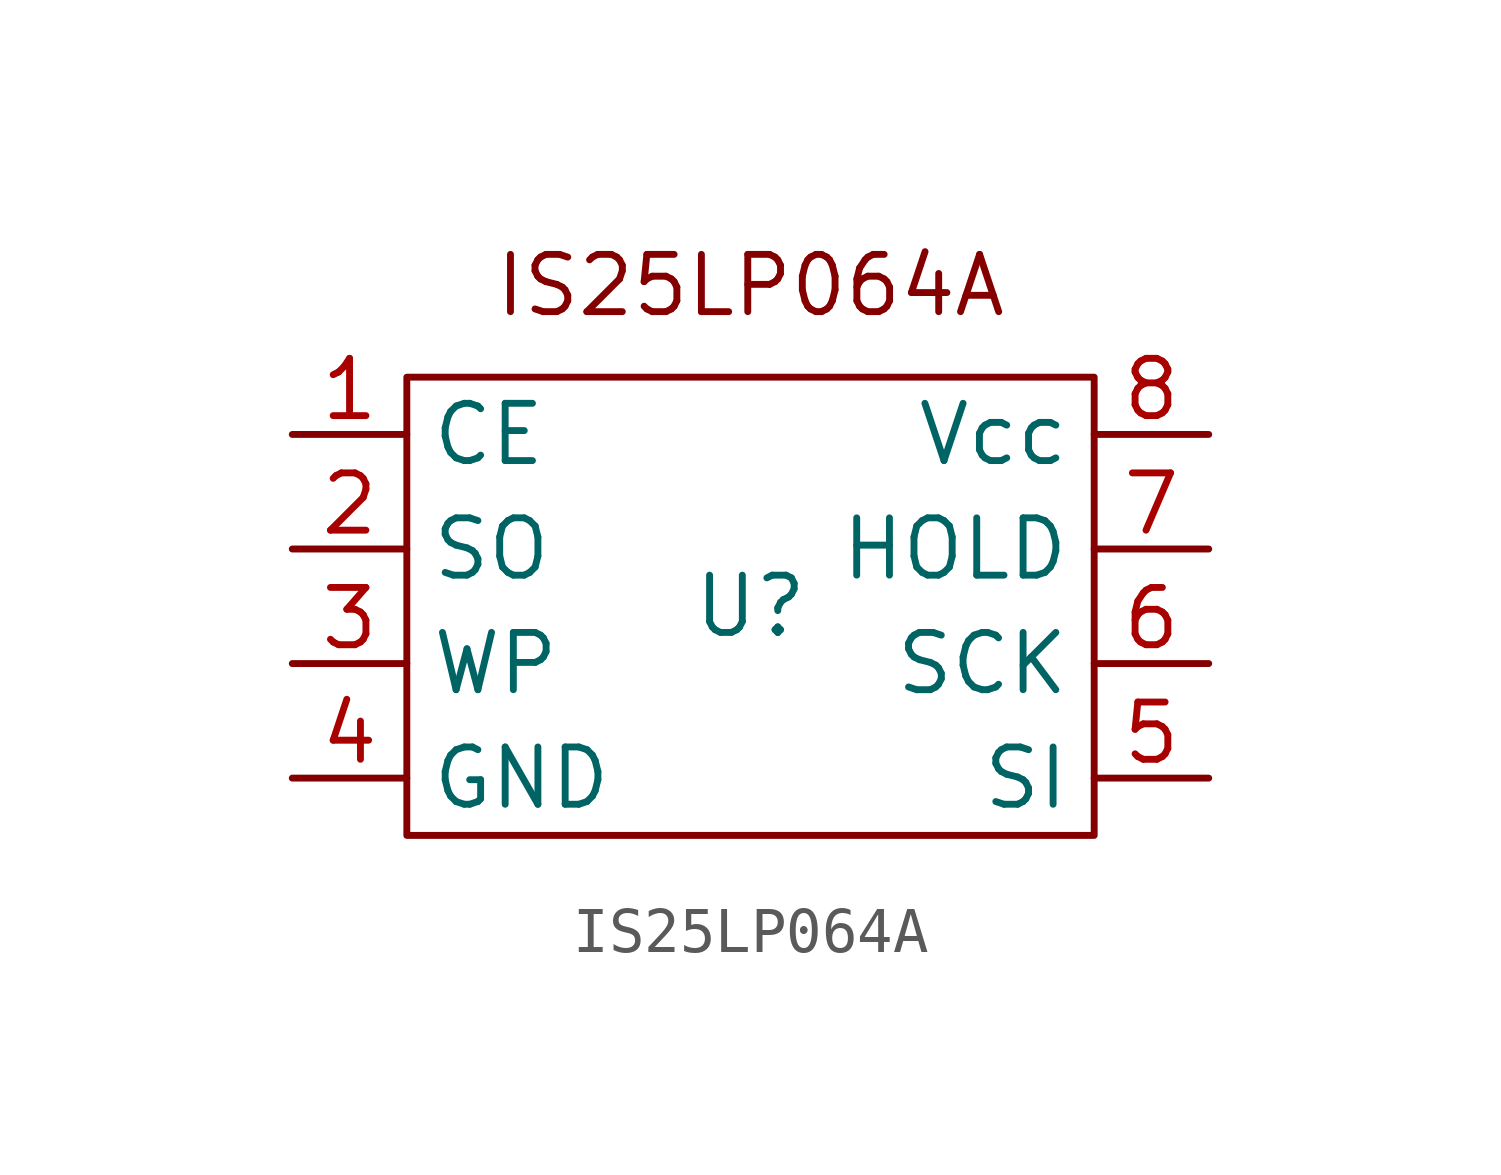
<source format=kicad_sym>
(kicad_symbol_lib
  (version 20231120)
  (generator "kicad_symbol_editor")
  (generator_version "8.0")
  (symbol "IS25LP064A"
    (property "Reference" "U"
      (at 0 0 0)
      (effects (font (size 1.27 1.27))))
    (property "Value" ""
      (at 0 0 0)
      (effects (font (size 1.27 1.27))))
    (symbol "IS25LP064A_0_1"
      (rectangle (start -7.62 5.08) (end 7.62 -5.08) (stroke (width 0) (type default)) (fill (type none))))
    (symbol "IS25LP064A_1_1"
      (text "IS25LP064A" (at 0 7.112 0) (effects (font (size 1.27 1.27))))
      (pin input line (at -10.16 3.81 0) (length 2.54) (name "CE" (effects (font (size 1.27 1.27)))) (number "1" (effects (font (size 1.27 1.27)))))
      (pin output line (at -10.16 1.27 0) (length 2.54) (name "SO" (effects (font (size 1.27 1.27)))) (number "2" (effects (font (size 1.27 1.27)))))
      (pin bidirectional line (at -10.16 -1.27 0) (length 2.54) (name "WP" (effects (font (size 1.27 1.27)))) (number "3" (effects (font (size 1.27 1.27)))))
      (pin power_in line (at -10.16 -3.81 0) (length 2.54) (name "GND" (effects (font (size 1.27 1.27)))) (number "4" (effects (font (size 1.27 1.27)))))
      (pin input line (at 10.16 -3.81 180) (length 2.54) (name "SI" (effects (font (size 1.27 1.27)))) (number "5" (effects (font (size 1.27 1.27)))))
      (pin input line (at 10.16 -1.27 180) (length 2.54) (name "SCK" (effects (font (size 1.27 1.27)))) (number "6" (effects (font (size 1.27 1.27)))))
      (pin input line (at 10.16 1.27 180) (length 2.54) (name "HOLD" (effects (font (size 1.27 1.27)))) (number "7" (effects (font (size 1.27 1.27)))))
      (pin power_in line (at 10.16 3.81 180) (length 2.54) (name "Vcc" (effects (font (size 1.27 1.27)))) (number "8" (effects (font (size 1.27 1.27))))))))
</source>
